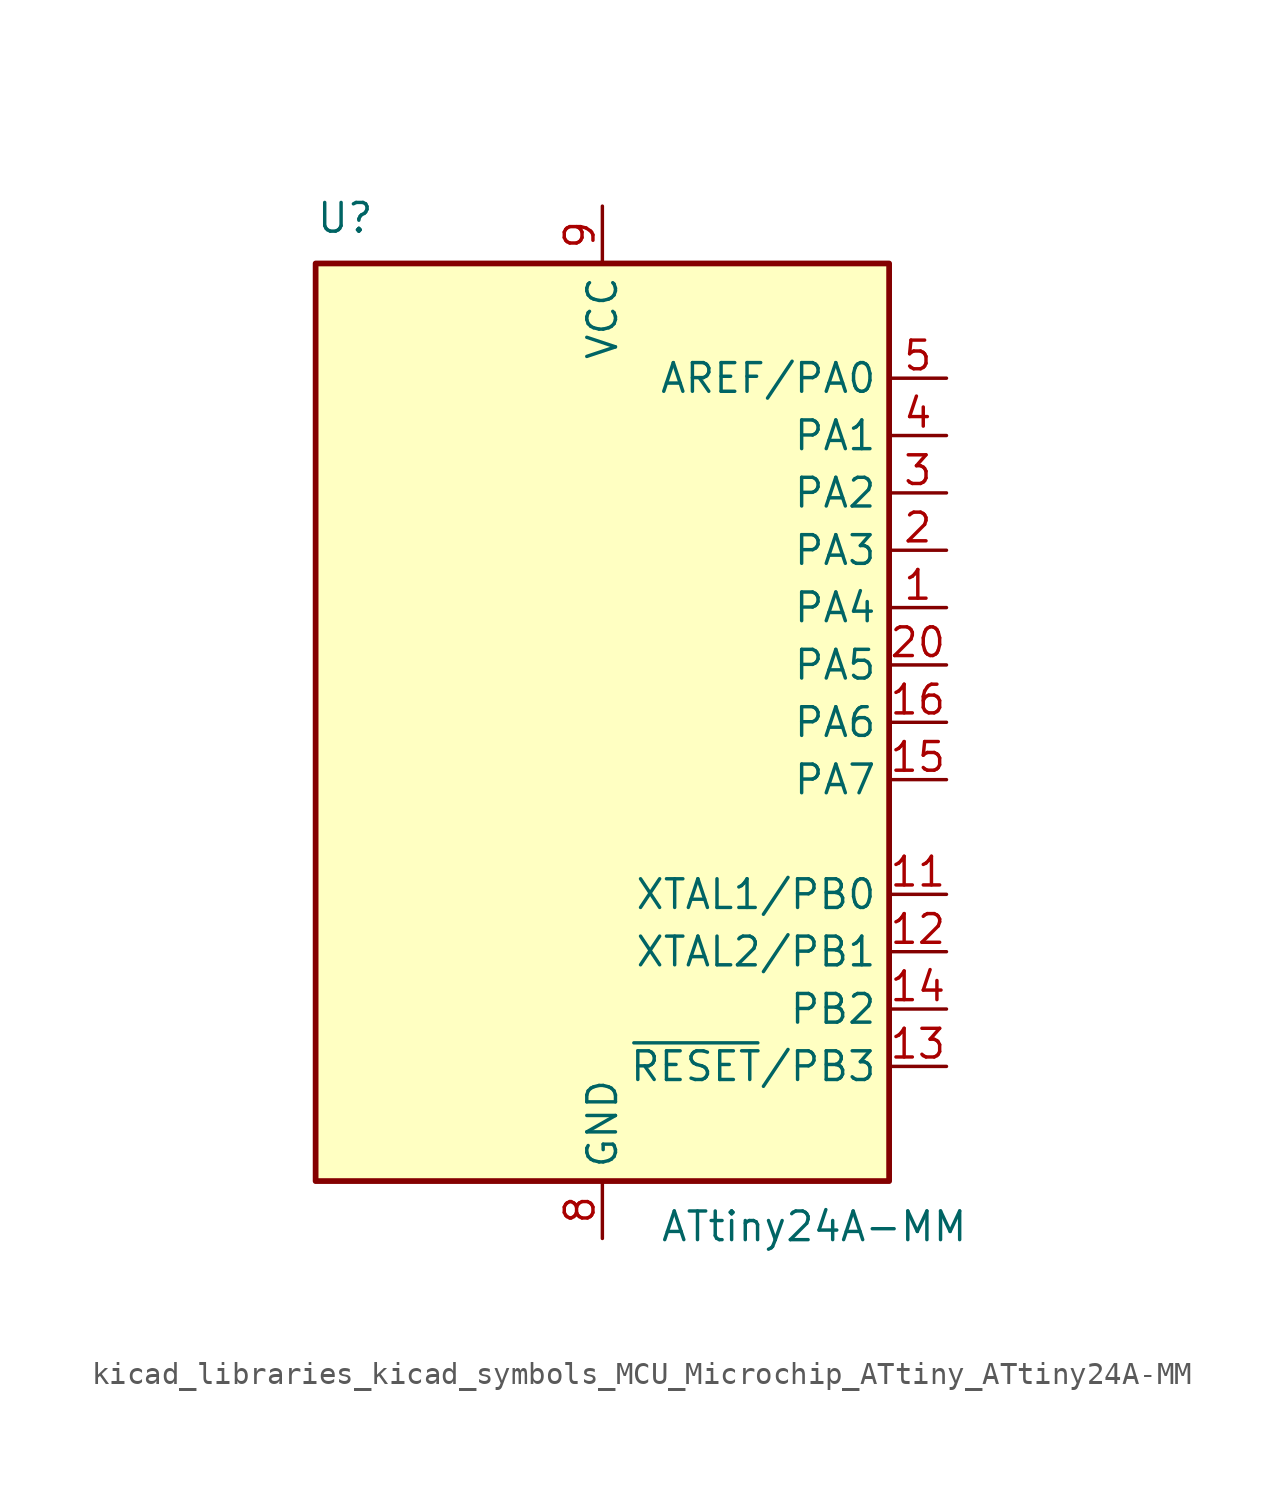
<source format=kicad_sym>
(kicad_symbol_lib
  (version 20220914)
  (generator kicad_symbol_editor)
  (symbol "kicad_libraries_kicad_symbols_MCU_Microchip_ATtiny_ATtiny24A-MM"
    (property "Reference" "U"
      (at -12.7 21.59 0)
      (effects (font (size 1.27 1.27)) (justify left bottom)))
    (property "Value" "ATtiny24A-MM"
      (at 2.54 -21.59 0)
      (effects (font (size 1.27 1.27)) (justify left top)))
    (symbol "kicad_libraries_kicad_symbols_MCU_Microchip_ATtiny_ATtiny24A-MM_0_1"
      (rectangle (start -12.7 -20.32) (end 12.7 20.32) (stroke (width 0.254) (type default)) (fill (type background))))
    (symbol "kicad_libraries_kicad_symbols_MCU_Microchip_ATtiny_ATtiny24A-MM_1_1"
      (pin bidirectional line (at 15.24 5.08 180) (length 2.54) (name "PA4" (effects (font (size 1.27 1.27)))) (number "1" (effects (font (size 1.27 1.27)))))
      (pin no_connect line (at -12.7 -10.16 0) (length 2.54) hide (name "NC" (effects (font (size 1.27 1.27)))) (number "10" (effects (font (size 1.27 1.27)))))
      (pin bidirectional line (at 15.24 -7.62 180) (length 2.54) (name "XTAL1/PB0" (effects (font (size 1.27 1.27)))) (number "11" (effects (font (size 1.27 1.27)))))
      (pin bidirectional line (at 15.24 -10.16 180) (length 2.54) (name "XTAL2/PB1" (effects (font (size 1.27 1.27)))) (number "12" (effects (font (size 1.27 1.27)))))
      (pin bidirectional line (at 15.24 -15.24 180) (length 2.54) (name "~{RESET}/PB3" (effects (font (size 1.27 1.27)))) (number "13" (effects (font (size 1.27 1.27)))))
      (pin bidirectional line (at 15.24 -12.7 180) (length 2.54) (name "PB2" (effects (font (size 1.27 1.27)))) (number "14" (effects (font (size 1.27 1.27)))))
      (pin bidirectional line (at 15.24 -2.54 180) (length 2.54) (name "PA7" (effects (font (size 1.27 1.27)))) (number "15" (effects (font (size 1.27 1.27)))))
      (pin bidirectional line (at 15.24 0 180) (length 2.54) (name "PA6" (effects (font (size 1.27 1.27)))) (number "16" (effects (font (size 1.27 1.27)))))
      (pin no_connect line (at -12.7 -12.7 0) (length 2.54) hide (name "NC" (effects (font (size 1.27 1.27)))) (number "17" (effects (font (size 1.27 1.27)))))
      (pin no_connect line (at -12.7 -15.24 0) (length 2.54) hide (name "NC" (effects (font (size 1.27 1.27)))) (number "18" (effects (font (size 1.27 1.27)))))
      (pin no_connect line (at -12.7 -17.78 0) (length 2.54) hide (name "NC" (effects (font (size 1.27 1.27)))) (number "19" (effects (font (size 1.27 1.27)))))
      (pin bidirectional line (at 15.24 7.62 180) (length 2.54) (name "PA3" (effects (font (size 1.27 1.27)))) (number "2" (effects (font (size 1.27 1.27)))))
      (pin bidirectional line (at 15.24 2.54 180) (length 2.54) (name "PA5" (effects (font (size 1.27 1.27)))) (number "20" (effects (font (size 1.27 1.27)))))
      (pin passive line (at 0 -22.86 90) (length 2.54) hide (name "GND" (effects (font (size 1.27 1.27)))) (number "21" (effects (font (size 1.27 1.27)))))
      (pin bidirectional line (at 15.24 10.16 180) (length 2.54) (name "PA2" (effects (font (size 1.27 1.27)))) (number "3" (effects (font (size 1.27 1.27)))))
      (pin bidirectional line (at 15.24 12.7 180) (length 2.54) (name "PA1" (effects (font (size 1.27 1.27)))) (number "4" (effects (font (size 1.27 1.27)))))
      (pin bidirectional line (at 15.24 15.24 180) (length 2.54) (name "AREF/PA0" (effects (font (size 1.27 1.27)))) (number "5" (effects (font (size 1.27 1.27)))))
      (pin no_connect line (at -12.7 -5.08 0) (length 2.54) hide (name "NC" (effects (font (size 1.27 1.27)))) (number "6" (effects (font (size 1.27 1.27)))))
      (pin no_connect line (at -12.7 -7.62 0) (length 2.54) hide (name "NC" (effects (font (size 1.27 1.27)))) (number "7" (effects (font (size 1.27 1.27)))))
      (pin power_in line (at 0 -22.86 90) (length 2.54) (name "GND" (effects (font (size 1.27 1.27)))) (number "8" (effects (font (size 1.27 1.27)))))
      (pin power_in line (at 0 22.86 270) (length 2.54) (name "VCC" (effects (font (size 1.27 1.27)))) (number "9" (effects (font (size 1.27 1.27))))))))
</source>
